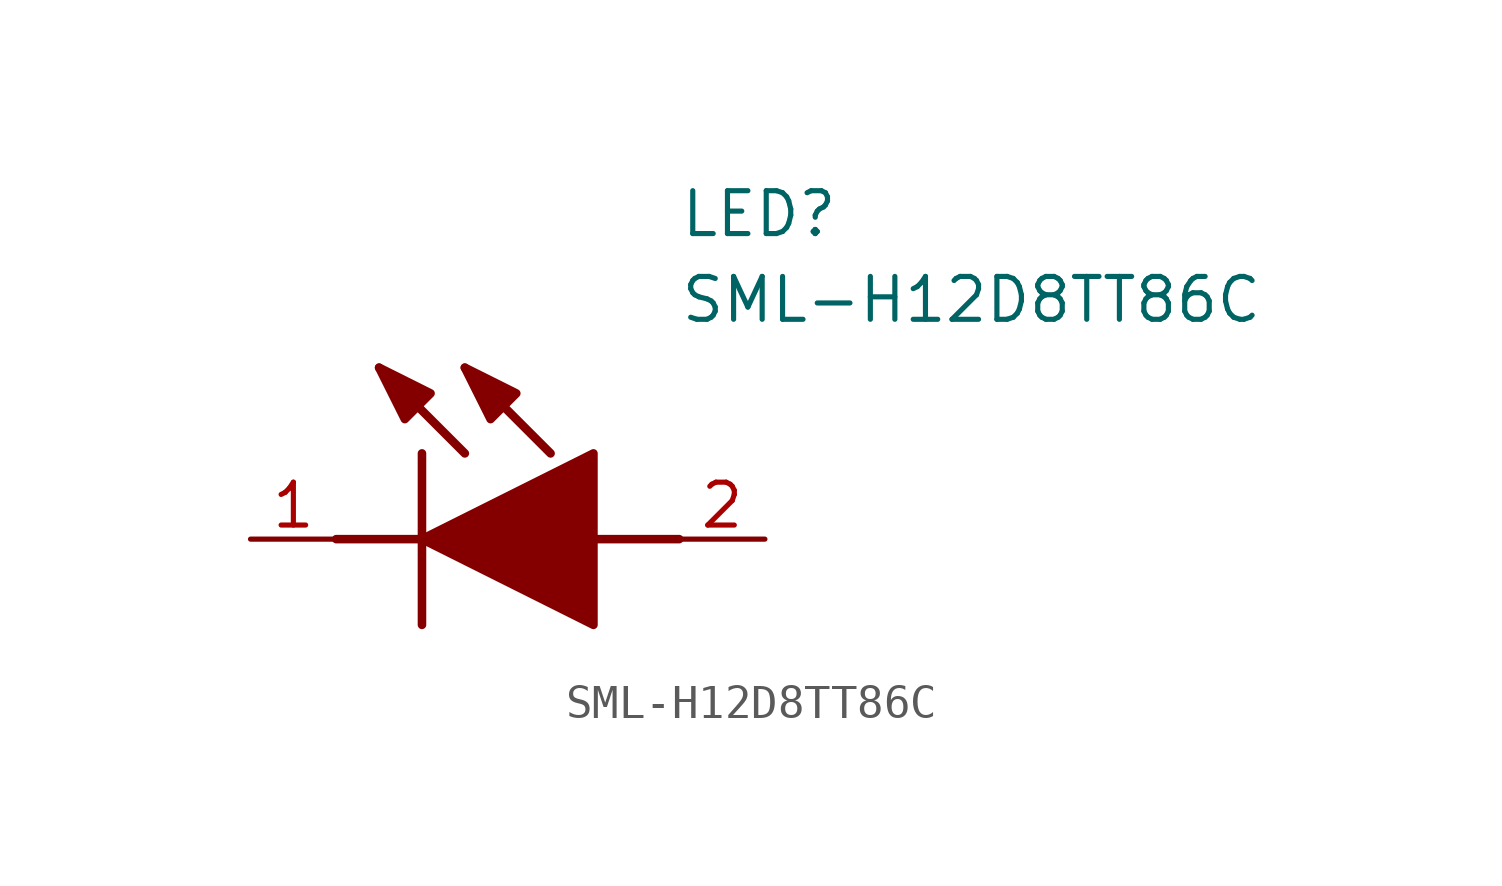
<source format=kicad_sym>
(kicad_symbol_lib
  (version 20211014)
  (generator SamacSys_ECAD_Model)
  (symbol "SML-H12D8TT86C"
    (pin_names hide)
    (property "Reference" "LED"
      (at 12.7 8.89 0)
      (effects (font (size 1.27 1.27)) (justify left bottom)))
    (property "Value" "SML-H12D8TT86C"
      (at 12.7 6.35 0)
      (effects (font (size 1.27 1.27)) (justify left bottom)))
    (polyline
      (pts (xy 5.08 2.54) (xy 5.08 -2.54))
      (stroke (width 0.254) (type default))
      (fill (type none)))
    (polyline
      (pts (xy 6.35 2.54) (xy 3.81 5.08))
      (stroke (width 0.254) (type default))
      (fill (type none)))
    (polyline
      (pts (xy 8.89 2.54) (xy 6.35 5.08))
      (stroke (width 0.254) (type default))
      (fill (type none)))
    (polyline
      (pts (xy 2.54 0) (xy 5.08 0))
      (stroke (width 0.254) (type default))
      (fill (type none)))
    (polyline
      (pts (xy 10.16 0) (xy 12.7 0))
      (stroke (width 0.254) (type default))
      (fill (type none)))
    (polyline
      (pts (xy 5.08 0) (xy 10.16 2.54) (xy 10.16 -2.54) (xy 5.08 0))
      (stroke (width 0.254) (type default))
      (fill (type outline)))
    (polyline
      (pts (xy 5.334 4.318) (xy 4.572 3.556) (xy 3.81 5.08) (xy 5.334 4.318))
      (stroke (width 0.254) (type default))
      (fill (type outline)))
    (polyline
      (pts (xy 7.874 4.318) (xy 7.112 3.556) (xy 6.35 5.08) (xy 7.874 4.318))
      (stroke (width 0.254) (type default))
      (fill (type outline)))
    (pin passive line
      (at 0 0 0)
      (length 2.54)
      (name "K" (effects (font (size 1.27 1.27))))
      (number "1" (effects (font (size 1.27 1.27)))))
    (pin passive line
      (at 15.24 0 180)
      (length 2.54)
      (name "A" (effects (font (size 1.27 1.27))))
      (number "2" (effects (font (size 1.27 1.27)))))))
</source>
